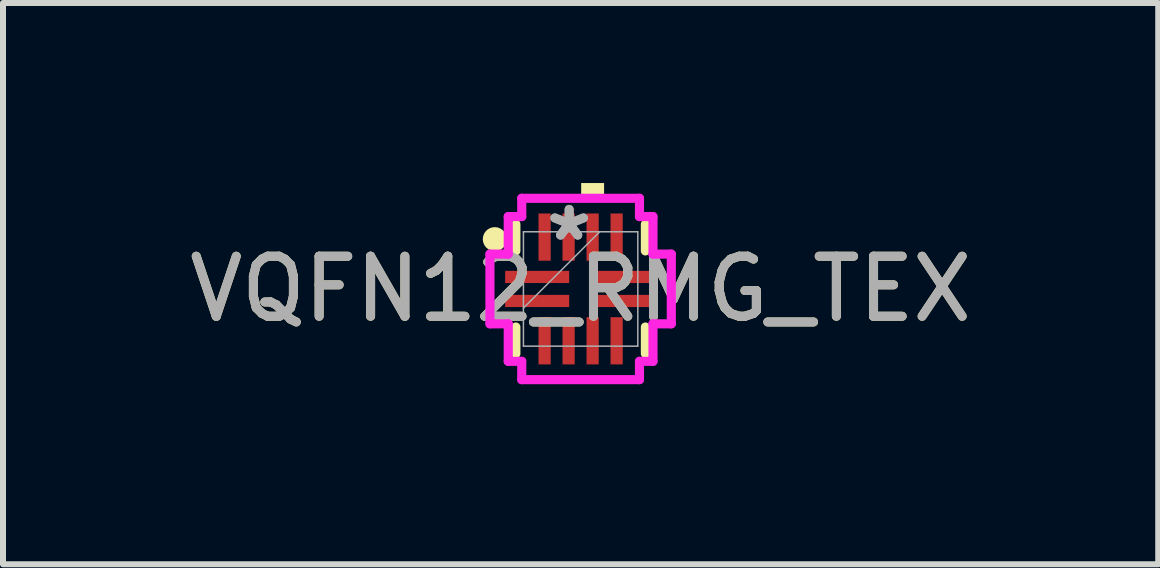
<source format=kicad_pcb>
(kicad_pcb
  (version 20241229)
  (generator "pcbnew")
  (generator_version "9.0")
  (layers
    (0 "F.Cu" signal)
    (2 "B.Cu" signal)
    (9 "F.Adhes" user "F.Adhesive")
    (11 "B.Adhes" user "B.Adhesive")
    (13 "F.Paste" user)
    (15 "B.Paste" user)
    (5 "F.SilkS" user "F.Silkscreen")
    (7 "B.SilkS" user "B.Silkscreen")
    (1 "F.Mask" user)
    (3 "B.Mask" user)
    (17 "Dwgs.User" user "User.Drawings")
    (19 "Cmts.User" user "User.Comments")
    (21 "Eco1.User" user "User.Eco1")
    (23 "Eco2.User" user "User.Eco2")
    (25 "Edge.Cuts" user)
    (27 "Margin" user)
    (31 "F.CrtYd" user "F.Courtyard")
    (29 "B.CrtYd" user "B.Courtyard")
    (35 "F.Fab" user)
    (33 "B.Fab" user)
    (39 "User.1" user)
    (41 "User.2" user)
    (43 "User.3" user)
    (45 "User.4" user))
  (footprint "VQFN12_RMG_TEX"
    (layer "F.Cu")
    (at 6.625 1.765)
    (property "Reference" "VQFN12_RMG_TEX" (at 0 0 0) (unlocked yes) (layer "F.SilkS") (effects (font (size 1 1) (thickness 0.15))))
    (attr smd)
    (fp_line (start -1.079 -1.079) (end -1.079 -0.634) (stroke (width 0.152) (type solid)) (layer "F.SilkS"))
    (fp_line (start -1.079 0.634) (end -1.079 1.079) (stroke (width 0.152) (type solid)) (layer "F.SilkS"))
    (fp_line (start 1.079 -0.634) (end 1.079 -1.079) (stroke (width 0.152) (type solid)) (layer "F.SilkS"))
    (fp_line (start 1.079 1.079) (end 1.079 0.634) (stroke (width 0.152) (type solid)) (layer "F.SilkS"))
    (fp_circle (center -1.43 -0.83) (end -1.28 -0.83) (stroke (width 0.1) (type solid)) (fill yes) (layer "F.SilkS"))
    (fp_poly (pts (xy 0.009 -1.511) (xy 0.009 -1.765) (xy 0.391 -1.765) (xy 0.391 -1.511)) (stroke (width 0) (type solid)) (fill yes) (layer "F.SilkS"))
    (fp_line (start -1.511 -0.581) (end -1.206 -0.581) (stroke (width 0.152) (type solid)) (layer "F.CrtYd"))
    (fp_line (start -1.511 0.581) (end -1.511 -0.581) (stroke (width 0.152) (type solid)) (layer "F.CrtYd"))
    (fp_line (start -1.206 -1.206) (end -0.981 -1.206) (stroke (width 0.152) (type solid)) (layer "F.CrtYd"))
    (fp_line (start -1.206 -0.581) (end -1.206 -1.206) (stroke (width 0.152) (type solid)) (layer "F.CrtYd"))
    (fp_line (start -1.206 0.581) (end -1.511 0.581) (stroke (width 0.152) (type solid)) (layer "F.CrtYd"))
    (fp_line (start -1.206 1.206) (end -1.206 0.581) (stroke (width 0.152) (type solid)) (layer "F.CrtYd"))
    (fp_line (start -1.206 1.206) (end -0.981 1.206) (stroke (width 0.152) (type solid)) (layer "F.CrtYd"))
    (fp_line (start -0.981 -1.511) (end 0.981 -1.511) (stroke (width 0.152) (type solid)) (layer "F.CrtYd"))
    (fp_line (start -0.981 -1.206) (end -0.981 -1.511) (stroke (width 0.152) (type solid)) (layer "F.CrtYd"))
    (fp_line (start -0.981 1.206) (end -0.981 1.511) (stroke (width 0.152) (type solid)) (layer "F.CrtYd"))
    (fp_line (start -0.981 1.511) (end 0.981 1.511) (stroke (width 0.152) (type solid)) (layer "F.CrtYd"))
    (fp_line (start 0.981 -1.511) (end 0.981 -1.206) (stroke (width 0.152) (type solid)) (layer "F.CrtYd"))
    (fp_line (start 0.981 -1.206) (end 1.206 -1.206) (stroke (width 0.152) (type solid)) (layer "F.CrtYd"))
    (fp_line (start 0.981 1.206) (end 1.206 1.206) (stroke (width 0.152) (type solid)) (layer "F.CrtYd"))
    (fp_line (start 0.981 1.511) (end 0.981 1.206) (stroke (width 0.152) (type solid)) (layer "F.CrtYd"))
    (fp_line (start 1.206 -0.581) (end 1.206 -1.206) (stroke (width 0.152) (type solid)) (layer "F.CrtYd"))
    (fp_line (start 1.206 0.581) (end 1.511 0.581) (stroke (width 0.152) (type solid)) (layer "F.CrtYd"))
    (fp_line (start 1.206 1.206) (end 1.206 0.581) (stroke (width 0.152) (type solid)) (layer "F.CrtYd"))
    (fp_line (start 1.511 -0.581) (end 1.206 -0.581) (stroke (width 0.152) (type solid)) (layer "F.CrtYd"))
    (fp_line (start 1.511 0.581) (end 1.511 -0.581) (stroke (width 0.152) (type solid)) (layer "F.CrtYd"))
    (fp_line (start -0.953 -0.953) (end -0.953 0.953) (stroke (width 0.025) (type solid)) (layer "F.Fab"))
    (fp_line (start -0.953 0.318) (end 0.318 -0.953) (stroke (width 0.025) (type solid)) (layer "F.Fab"))
    (fp_line (start -0.953 0.953) (end 0.953 0.953) (stroke (width 0.025) (type solid)) (layer "F.Fab"))
    (fp_line (start 0.953 -0.953) (end -0.953 -0.953) (stroke (width 0.025) (type solid)) (layer "F.Fab"))
    (fp_line (start 0.953 0.953) (end 0.953 -0.953) (stroke (width 0.025) (type solid)) (layer "F.Fab"))
    (fp_text user "*" (at -0.191 -0.781 0) (unlocked yes) (layer "F.Fab") (effects (font (size 1 1) (thickness 0.15))))
    (fp_text user "*" (at -0.191 -0.781 0) (layer "F.Fab") (effects (font (size 1 1) (thickness 0.15))))
    (fp_text user "${REFERENCE}" (at 0 0 0) (unlocked yes) (layer "F.Fab") (effects (font (size 1 1) (thickness 0.15))))
    (pad "1" smd rect (at -0.724 -0.2 90) (size 0.203 1.067) (layers "F.Cu" "F.Mask" "F.Paste"))
    (pad "2" smd rect (at -0.724 0.2 90) (size 0.203 1.067) (layers "F.Cu" "F.Mask" "F.Paste"))
    (pad "3" smd rect (at -0.6 0.864) (size 0.203 0.787) (layers "F.Cu" "F.Mask" "F.Paste"))
    (pad "4" smd rect (at -0.2 0.864) (size 0.203 0.787) (layers "F.Cu" "F.Mask" "F.Paste"))
    (pad "5" smd rect (at 0.2 0.864) (size 0.203 0.787) (layers "F.Cu" "F.Mask" "F.Paste"))
    (pad "6" smd rect (at 0.6 0.864) (size 0.203 0.787) (layers "F.Cu" "F.Mask" "F.Paste"))
    (pad "7" smd rect (at 0.724 0.2 90) (size 0.203 1.067) (layers "F.Cu" "F.Mask" "F.Paste"))
    (pad "8" smd rect (at 0.724 -0.2 90) (size 0.203 1.067) (layers "F.Cu" "F.Mask" "F.Paste"))
    (pad "9" smd rect (at 0.6 -0.864) (size 0.203 0.787) (layers "F.Cu" "F.Mask" "F.Paste"))
    (pad "10" smd rect (at 0.2 -0.864) (size 0.203 0.787) (layers "F.Cu" "F.Mask" "F.Paste"))
    (pad "11" smd rect (at -0.2 -0.864) (size 0.203 0.787) (layers "F.Cu" "F.Mask" "F.Paste"))
    (pad "12" smd rect (at -0.6 -0.864) (size 0.203 0.787) (layers "F.Cu" "F.Mask" "F.Paste")))
  (gr_rect
    (start -3 -3)
    (end 16.25 6.353)
    (stroke (width 0.1) (type default))
    (fill no)
    (layer "Edge.Cuts")))
</source>
